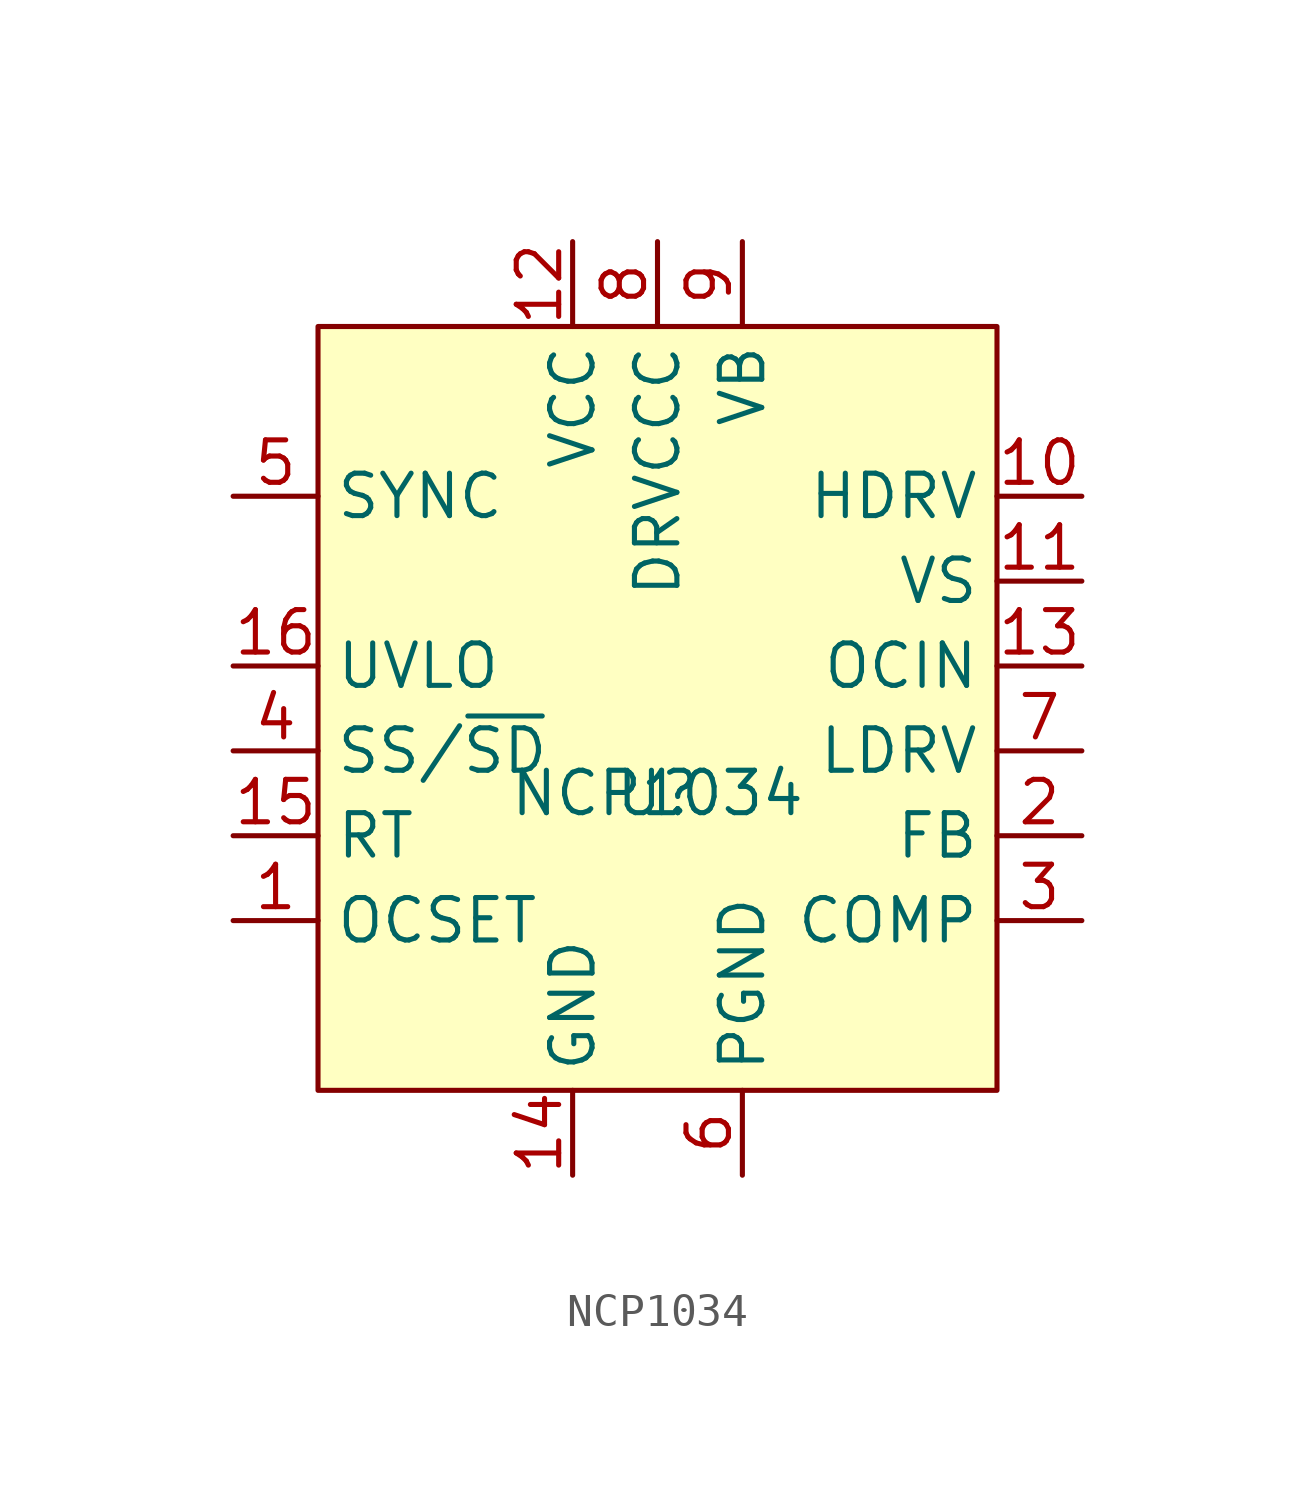
<source format=kicad_sym>
(kicad_symbol_lib
  (version 20220914)
  (generator kicad_symbol_editor)
  (symbol "NCP1034"
    (property "Reference" "U"
      (at 0 0 0)
      (effects (font (size 1.27 1.27))))
    (property "Value" "NCP1034"
      (at 0 0 0)
      (effects (font (size 1.27 1.27))))
    (symbol "NCP1034_0_1"
      (rectangle (start -10.16 13.97) (end 10.16 -8.89) (stroke (width 0.152) (type default)) (fill (type background))))
    (symbol "NCP1034_1_1"
      (pin input line (at -12.7 -3.81 0) (length 2.54) (name "OCSET" (effects (font (size 1.27 1.27)))) (number "1" (effects (font (size 1.27 1.27)))))
      (pin output line (at 12.7 8.89 180) (length 2.54) (name "HDRV" (effects (font (size 1.27 1.27)))) (number "10" (effects (font (size 1.27 1.27)))))
      (pin power_in line (at 12.7 6.35 180) (length 2.54) (name "VS" (effects (font (size 1.27 1.27)))) (number "11" (effects (font (size 1.27 1.27)))))
      (pin power_in line (at -2.54 16.51 270) (length 2.54) (name "VCC" (effects (font (size 1.27 1.27)))) (number "12" (effects (font (size 1.27 1.27)))))
      (pin input line (at 12.7 3.81 180) (length 2.54) (name "OCIN" (effects (font (size 1.27 1.27)))) (number "13" (effects (font (size 1.27 1.27)))))
      (pin power_in line (at -2.54 -11.43 90) (length 2.54) (name "GND" (effects (font (size 1.27 1.27)))) (number "14" (effects (font (size 1.27 1.27)))))
      (pin input line (at -12.7 -1.27 0) (length 2.54) (name "RT" (effects (font (size 1.27 1.27)))) (number "15" (effects (font (size 1.27 1.27)))))
      (pin input line (at -12.7 3.81 0) (length 2.54) (name "UVLO" (effects (font (size 1.27 1.27)))) (number "16" (effects (font (size 1.27 1.27)))))
      (pin input line (at 12.7 -1.27 180) (length 2.54) (name "FB" (effects (font (size 1.27 1.27)))) (number "2" (effects (font (size 1.27 1.27)))))
      (pin input line (at 12.7 -3.81 180) (length 2.54) (name "COMP" (effects (font (size 1.27 1.27)))) (number "3" (effects (font (size 1.27 1.27)))))
      (pin input line (at -12.7 1.27 0) (length 2.54) (name "SS/~{SD}" (effects (font (size 1.27 1.27)))) (number "4" (effects (font (size 1.27 1.27)))))
      (pin bidirectional line (at -12.7 8.89 0) (length 2.54) (name "SYNC" (effects (font (size 1.27 1.27)))) (number "5" (effects (font (size 1.27 1.27)))))
      (pin power_in line (at 2.54 -11.43 90) (length 2.54) (name "PGND" (effects (font (size 1.27 1.27)))) (number "6" (effects (font (size 1.27 1.27)))))
      (pin output line (at 12.7 1.27 180) (length 2.54) (name "LDRV" (effects (font (size 1.27 1.27)))) (number "7" (effects (font (size 1.27 1.27)))))
      (pin power_in line (at 0 16.51 270) (length 2.54) (name "DRVCCC" (effects (font (size 1.27 1.27)))) (number "8" (effects (font (size 1.27 1.27)))))
      (pin power_in line (at 2.54 16.51 270) (length 2.54) (name "VB" (effects (font (size 1.27 1.27)))) (number "9" (effects (font (size 1.27 1.27))))))))
</source>
